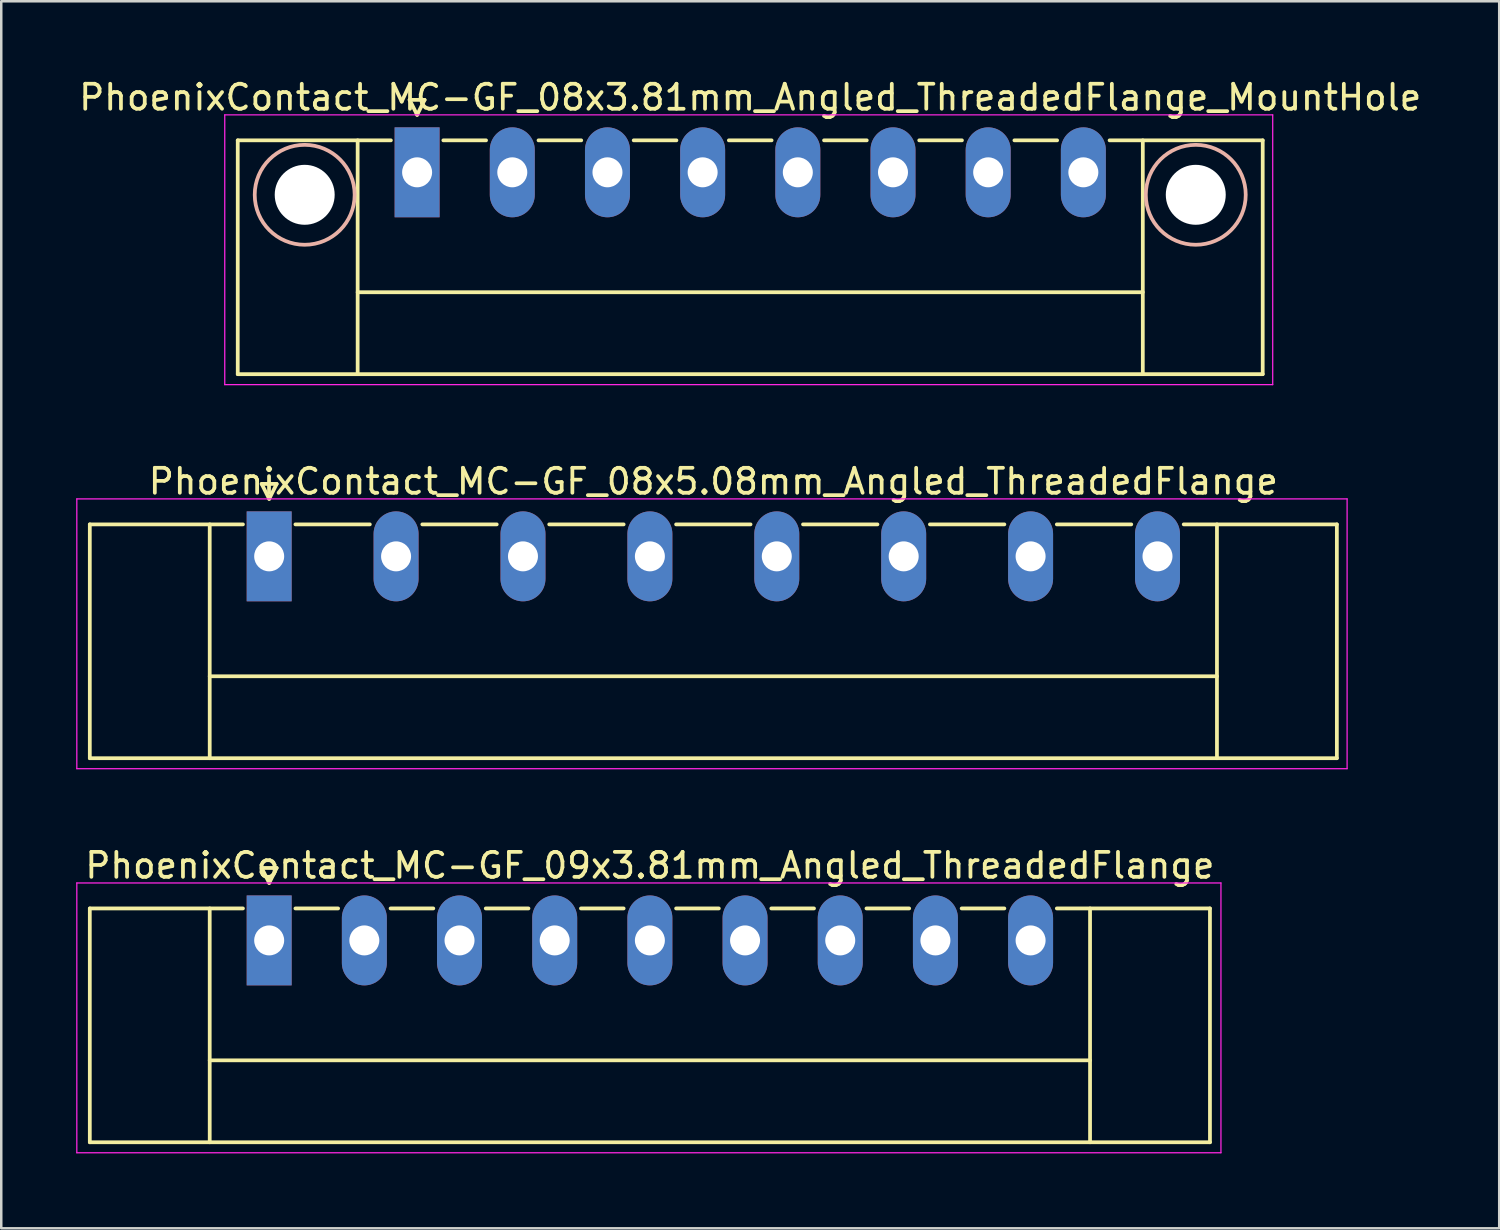
<source format=kicad_pcb>
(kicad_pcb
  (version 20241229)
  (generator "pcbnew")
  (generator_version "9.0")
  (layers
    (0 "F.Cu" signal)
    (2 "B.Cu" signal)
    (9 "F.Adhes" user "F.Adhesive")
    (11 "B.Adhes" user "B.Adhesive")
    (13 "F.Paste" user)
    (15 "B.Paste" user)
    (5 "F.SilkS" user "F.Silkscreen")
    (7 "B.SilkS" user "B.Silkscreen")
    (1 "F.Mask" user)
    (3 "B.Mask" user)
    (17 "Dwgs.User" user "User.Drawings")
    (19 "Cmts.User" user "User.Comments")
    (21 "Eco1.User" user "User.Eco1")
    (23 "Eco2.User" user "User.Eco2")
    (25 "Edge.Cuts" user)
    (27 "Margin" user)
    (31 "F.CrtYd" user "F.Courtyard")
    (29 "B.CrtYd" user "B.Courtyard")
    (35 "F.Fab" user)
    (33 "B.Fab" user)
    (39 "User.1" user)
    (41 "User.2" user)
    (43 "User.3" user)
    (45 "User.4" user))
  (footprint "PhoenixContact_MC-GF_09x3.81mm_Angled_ThreadedFlange"
    (layer "F.Cu")
    (at 7.725 34.595)
    (property "Reference" "PhoenixContact_MC-GF_09x3.81mm_Angled_ThreadedFlange" (at 15.24 -3 0) (layer "F.SilkS") (effects (font (size 1 1) (thickness 0.15))))
    (attr through_hole)
    (fp_line (start -7.18 -1.28) (end -7.18 8.08) (stroke (width 0.15) (type solid)) (layer "F.SilkS"))
    (fp_line (start -7.18 -1.28) (end -1.05 -1.28) (stroke (width 0.15) (type solid)) (layer "F.SilkS"))
    (fp_line (start -7.18 8.08) (end 37.66 8.08) (stroke (width 0.15) (type solid)) (layer "F.SilkS"))
    (fp_line (start -2.38 -1.28) (end -2.38 8.08) (stroke (width 0.15) (type solid)) (layer "F.SilkS"))
    (fp_line (start -2.38 4.8) (end 32.86 4.8) (stroke (width 0.15) (type solid)) (layer "F.SilkS"))
    (fp_line (start -0.3 -2.9) (end 0 -2.3) (stroke (width 0.15) (type solid)) (layer "F.SilkS"))
    (fp_line (start 0 -2.3) (end 0.3 -2.9) (stroke (width 0.15) (type solid)) (layer "F.SilkS"))
    (fp_line (start 0.3 -2.9) (end -0.3 -2.9) (stroke (width 0.15) (type solid)) (layer "F.SilkS"))
    (fp_line (start 1.05 -1.28) (end 2.76 -1.28) (stroke (width 0.15) (type solid)) (layer "F.SilkS"))
    (fp_line (start 4.86 -1.28) (end 6.57 -1.28) (stroke (width 0.15) (type solid)) (layer "F.SilkS"))
    (fp_line (start 8.67 -1.28) (end 10.38 -1.28) (stroke (width 0.15) (type solid)) (layer "F.SilkS"))
    (fp_line (start 12.48 -1.28) (end 14.19 -1.28) (stroke (width 0.15) (type solid)) (layer "F.SilkS"))
    (fp_line (start 16.29 -1.28) (end 18 -1.28) (stroke (width 0.15) (type solid)) (layer "F.SilkS"))
    (fp_line (start 20.1 -1.28) (end 21.81 -1.28) (stroke (width 0.15) (type solid)) (layer "F.SilkS"))
    (fp_line (start 23.91 -1.28) (end 25.62 -1.28) (stroke (width 0.15) (type solid)) (layer "F.SilkS"))
    (fp_line (start 27.72 -1.28) (end 29.43 -1.28) (stroke (width 0.15) (type solid)) (layer "F.SilkS"))
    (fp_line (start 32.86 -1.28) (end 32.86 8.08) (stroke (width 0.15) (type solid)) (layer "F.SilkS"))
    (fp_line (start 37.66 -1.28) (end 31.53 -1.28) (stroke (width 0.15) (type solid)) (layer "F.SilkS"))
    (fp_line (start 37.66 8.08) (end 37.66 -1.28) (stroke (width 0.15) (type solid)) (layer "F.SilkS"))
    (fp_line (start -7.7 -2.3) (end -7.7 8.5) (stroke (width 0.05) (type solid)) (layer "F.CrtYd"))
    (fp_line (start -7.7 8.5) (end 38.1 8.5) (stroke (width 0.05) (type solid)) (layer "F.CrtYd"))
    (fp_line (start 38.1 -2.3) (end -7.7 -2.3) (stroke (width 0.05) (type solid)) (layer "F.CrtYd"))
    (fp_line (start 38.1 8.5) (end 38.1 -2.3) (stroke (width 0.05) (type solid)) (layer "F.CrtYd"))
    (pad "1" thru_hole rect (at 0 0) (size 1.8 3.6) (drill 1.2) (layers "*.Cu" "*.Mask"))
    (pad "2" thru_hole oval (at 3.81 0) (size 1.8 3.6) (drill 1.2) (layers "*.Cu" "*.Mask"))
    (pad "3" thru_hole oval (at 7.62 0) (size 1.8 3.6) (drill 1.2) (layers "*.Cu" "*.Mask"))
    (pad "4" thru_hole oval (at 11.43 0) (size 1.8 3.6) (drill 1.2) (layers "*.Cu" "*.Mask"))
    (pad "5" thru_hole oval (at 15.24 0) (size 1.8 3.6) (drill 1.2) (layers "*.Cu" "*.Mask"))
    (pad "6" thru_hole oval (at 19.05 0) (size 1.8 3.6) (drill 1.2) (layers "*.Cu" "*.Mask"))
    (pad "7" thru_hole oval (at 22.86 0) (size 1.8 3.6) (drill 1.2) (layers "*.Cu" "*.Mask"))
    (pad "8" thru_hole oval (at 26.67 0) (size 1.8 3.6) (drill 1.2) (layers "*.Cu" "*.Mask"))
    (pad "9" thru_hole oval (at 30.48 0) (size 1.8 3.6) (drill 1.2) (layers "*.Cu" "*.Mask")))
  (footprint "PhoenixContact_MC-GF_08x5.08mm_Angled_ThreadedFlange"
    (layer "F.Cu")
    (at 7.725 19.221)
    (property "Reference" "PhoenixContact_MC-GF_08x5.08mm_Angled_ThreadedFlange" (at 17.78 -3 0) (layer "F.SilkS") (effects (font (size 1 1) (thickness 0.15))))
    (attr through_hole)
    (fp_line (start -7.18 -1.28) (end -7.18 8.08) (stroke (width 0.15) (type solid)) (layer "F.SilkS"))
    (fp_line (start -7.18 -1.28) (end -1.05 -1.28) (stroke (width 0.15) (type solid)) (layer "F.SilkS"))
    (fp_line (start -7.18 8.08) (end 42.74 8.08) (stroke (width 0.15) (type solid)) (layer "F.SilkS"))
    (fp_line (start -2.38 -1.28) (end -2.38 8.08) (stroke (width 0.15) (type solid)) (layer "F.SilkS"))
    (fp_line (start -2.38 4.8) (end 37.94 4.8) (stroke (width 0.15) (type solid)) (layer "F.SilkS"))
    (fp_line (start -0.3 -2.9) (end 0 -2.3) (stroke (width 0.15) (type solid)) (layer "F.SilkS"))
    (fp_line (start 0 -2.3) (end 0.3 -2.9) (stroke (width 0.15) (type solid)) (layer "F.SilkS"))
    (fp_line (start 0.3 -2.9) (end -0.3 -2.9) (stroke (width 0.15) (type solid)) (layer "F.SilkS"))
    (fp_line (start 1.05 -1.28) (end 4.03 -1.28) (stroke (width 0.15) (type solid)) (layer "F.SilkS"))
    (fp_line (start 6.13 -1.28) (end 9.11 -1.28) (stroke (width 0.15) (type solid)) (layer "F.SilkS"))
    (fp_line (start 11.21 -1.28) (end 14.19 -1.28) (stroke (width 0.15) (type solid)) (layer "F.SilkS"))
    (fp_line (start 16.29 -1.28) (end 19.27 -1.28) (stroke (width 0.15) (type solid)) (layer "F.SilkS"))
    (fp_line (start 21.37 -1.28) (end 24.35 -1.28) (stroke (width 0.15) (type solid)) (layer "F.SilkS"))
    (fp_line (start 26.45 -1.28) (end 29.43 -1.28) (stroke (width 0.15) (type solid)) (layer "F.SilkS"))
    (fp_line (start 31.53 -1.28) (end 34.51 -1.28) (stroke (width 0.15) (type solid)) (layer "F.SilkS"))
    (fp_line (start 37.94 -1.28) (end 37.94 8.08) (stroke (width 0.15) (type solid)) (layer "F.SilkS"))
    (fp_line (start 42.74 -1.28) (end 36.61 -1.28) (stroke (width 0.15) (type solid)) (layer "F.SilkS"))
    (fp_line (start 42.74 8.08) (end 42.74 -1.28) (stroke (width 0.15) (type solid)) (layer "F.SilkS"))
    (fp_line (start -7.7 -2.3) (end -7.7 8.5) (stroke (width 0.05) (type solid)) (layer "F.CrtYd"))
    (fp_line (start -7.7 8.5) (end 43.15 8.5) (stroke (width 0.05) (type solid)) (layer "F.CrtYd"))
    (fp_line (start 43.15 -2.3) (end -7.7 -2.3) (stroke (width 0.05) (type solid)) (layer "F.CrtYd"))
    (fp_line (start 43.15 8.5) (end 43.15 -2.3) (stroke (width 0.05) (type solid)) (layer "F.CrtYd"))
    (pad "1" thru_hole rect (at 0 0) (size 1.8 3.6) (drill 1.2) (layers "*.Cu" "*.Mask"))
    (pad "2" thru_hole oval (at 5.08 0) (size 1.8 3.6) (drill 1.2) (layers "*.Cu" "*.Mask"))
    (pad "3" thru_hole oval (at 10.16 0) (size 1.8 3.6) (drill 1.2) (layers "*.Cu" "*.Mask"))
    (pad "4" thru_hole oval (at 15.24 0) (size 1.8 3.6) (drill 1.2) (layers "*.Cu" "*.Mask"))
    (pad "5" thru_hole oval (at 20.32 0) (size 1.8 3.6) (drill 1.2) (layers "*.Cu" "*.Mask"))
    (pad "6" thru_hole oval (at 25.4 0) (size 1.8 3.6) (drill 1.2) (layers "*.Cu" "*.Mask"))
    (pad "7" thru_hole oval (at 30.48 0) (size 1.8 3.6) (drill 1.2) (layers "*.Cu" "*.Mask"))
    (pad "8" thru_hole oval (at 35.56 0) (size 1.8 3.6) (drill 1.2) (layers "*.Cu" "*.Mask")))
  (footprint "PhoenixContact_MC-GF_08x3.81mm_Angled_ThreadedFlange_MountHole"
    (layer "F.Cu")
    (at 13.647 3.848)
    (property "Reference" "PhoenixContact_MC-GF_08x3.81mm_Angled_ThreadedFlange_MountHole" (at 13.335 -3 0) (layer "F.SilkS") (effects (font (size 1 1) (thickness 0.15))))
    (attr through_hole)
    (fp_line (start -7.18 -1.28) (end -7.18 8.08) (stroke (width 0.15) (type solid)) (layer "F.SilkS"))
    (fp_line (start -7.18 -1.28) (end -1.05 -1.28) (stroke (width 0.15) (type solid)) (layer "F.SilkS"))
    (fp_line (start -7.18 8.08) (end 33.85 8.08) (stroke (width 0.15) (type solid)) (layer "F.SilkS"))
    (fp_line (start -2.38 -1.28) (end -2.38 8.08) (stroke (width 0.15) (type solid)) (layer "F.SilkS"))
    (fp_line (start -2.38 4.8) (end 29.05 4.8) (stroke (width 0.15) (type solid)) (layer "F.SilkS"))
    (fp_line (start -0.3 -2.9) (end 0 -2.3) (stroke (width 0.15) (type solid)) (layer "F.SilkS"))
    (fp_line (start 0 -2.3) (end 0.3 -2.9) (stroke (width 0.15) (type solid)) (layer "F.SilkS"))
    (fp_line (start 0.3 -2.9) (end -0.3 -2.9) (stroke (width 0.15) (type solid)) (layer "F.SilkS"))
    (fp_line (start 1.05 -1.28) (end 2.76 -1.28) (stroke (width 0.15) (type solid)) (layer "F.SilkS"))
    (fp_line (start 4.86 -1.28) (end 6.57 -1.28) (stroke (width 0.15) (type solid)) (layer "F.SilkS"))
    (fp_line (start 8.67 -1.28) (end 10.38 -1.28) (stroke (width 0.15) (type solid)) (layer "F.SilkS"))
    (fp_line (start 12.48 -1.28) (end 14.19 -1.28) (stroke (width 0.15) (type solid)) (layer "F.SilkS"))
    (fp_line (start 16.29 -1.28) (end 18 -1.28) (stroke (width 0.15) (type solid)) (layer "F.SilkS"))
    (fp_line (start 20.1 -1.28) (end 21.81 -1.28) (stroke (width 0.15) (type solid)) (layer "F.SilkS"))
    (fp_line (start 23.91 -1.28) (end 25.62 -1.28) (stroke (width 0.15) (type solid)) (layer "F.SilkS"))
    (fp_line (start 29.05 -1.28) (end 29.05 8.08) (stroke (width 0.15) (type solid)) (layer "F.SilkS"))
    (fp_line (start 33.85 -1.28) (end 27.72 -1.28) (stroke (width 0.15) (type solid)) (layer "F.SilkS"))
    (fp_line (start 33.85 8.08) (end 33.85 -1.28) (stroke (width 0.15) (type solid)) (layer "F.SilkS"))
    (fp_circle (center -4.5 0.9) (end -2.5 0.9) (stroke (width 0.15) (type solid)) (fill no) (layer "B.SilkS"))
    (fp_circle (center 31.17 0.9) (end 33.17 0.9) (stroke (width 0.15) (type solid)) (fill no) (layer "B.SilkS"))
    (fp_line (start -7.7 -2.3) (end -7.7 8.5) (stroke (width 0.05) (type solid)) (layer "F.CrtYd"))
    (fp_line (start -7.7 8.5) (end 34.25 8.5) (stroke (width 0.05) (type solid)) (layer "F.CrtYd"))
    (fp_line (start 34.25 -2.3) (end -7.7 -2.3) (stroke (width 0.05) (type solid)) (layer "F.CrtYd"))
    (fp_line (start 34.25 8.5) (end 34.25 -2.3) (stroke (width 0.05) (type solid)) (layer "F.CrtYd"))
    (pad "" np_thru_hole circle (at -4.5 0.9) (size 2.4 2.4) (drill 2.4) (layers "*.Cu" "*.Mask"))
    (pad "" np_thru_hole circle (at 31.17 0.9) (size 2.4 2.4) (drill 2.4) (layers "*.Cu" "*.Mask"))
    (pad "1" thru_hole rect (at 0 0) (size 1.8 3.6) (drill 1.2) (layers "*.Cu" "*.Mask"))
    (pad "2" thru_hole oval (at 3.81 0) (size 1.8 3.6) (drill 1.2) (layers "*.Cu" "*.Mask"))
    (pad "3" thru_hole oval (at 7.62 0) (size 1.8 3.6) (drill 1.2) (layers "*.Cu" "*.Mask"))
    (pad "4" thru_hole oval (at 11.43 0) (size 1.8 3.6) (drill 1.2) (layers "*.Cu" "*.Mask"))
    (pad "5" thru_hole oval (at 15.24 0) (size 1.8 3.6) (drill 1.2) (layers "*.Cu" "*.Mask"))
    (pad "6" thru_hole oval (at 19.05 0) (size 1.8 3.6) (drill 1.2) (layers "*.Cu" "*.Mask"))
    (pad "7" thru_hole oval (at 22.86 0) (size 1.8 3.6) (drill 1.2) (layers "*.Cu" "*.Mask"))
    (pad "8" thru_hole oval (at 26.67 0) (size 1.8 3.6) (drill 1.2) (layers "*.Cu" "*.Mask")))
  (gr_rect
    (start -3 -3)
    (end 56.964 46.12)
    (stroke (width 0.1) (type default))
    (fill no)
    (layer "Edge.Cuts")))
</source>
